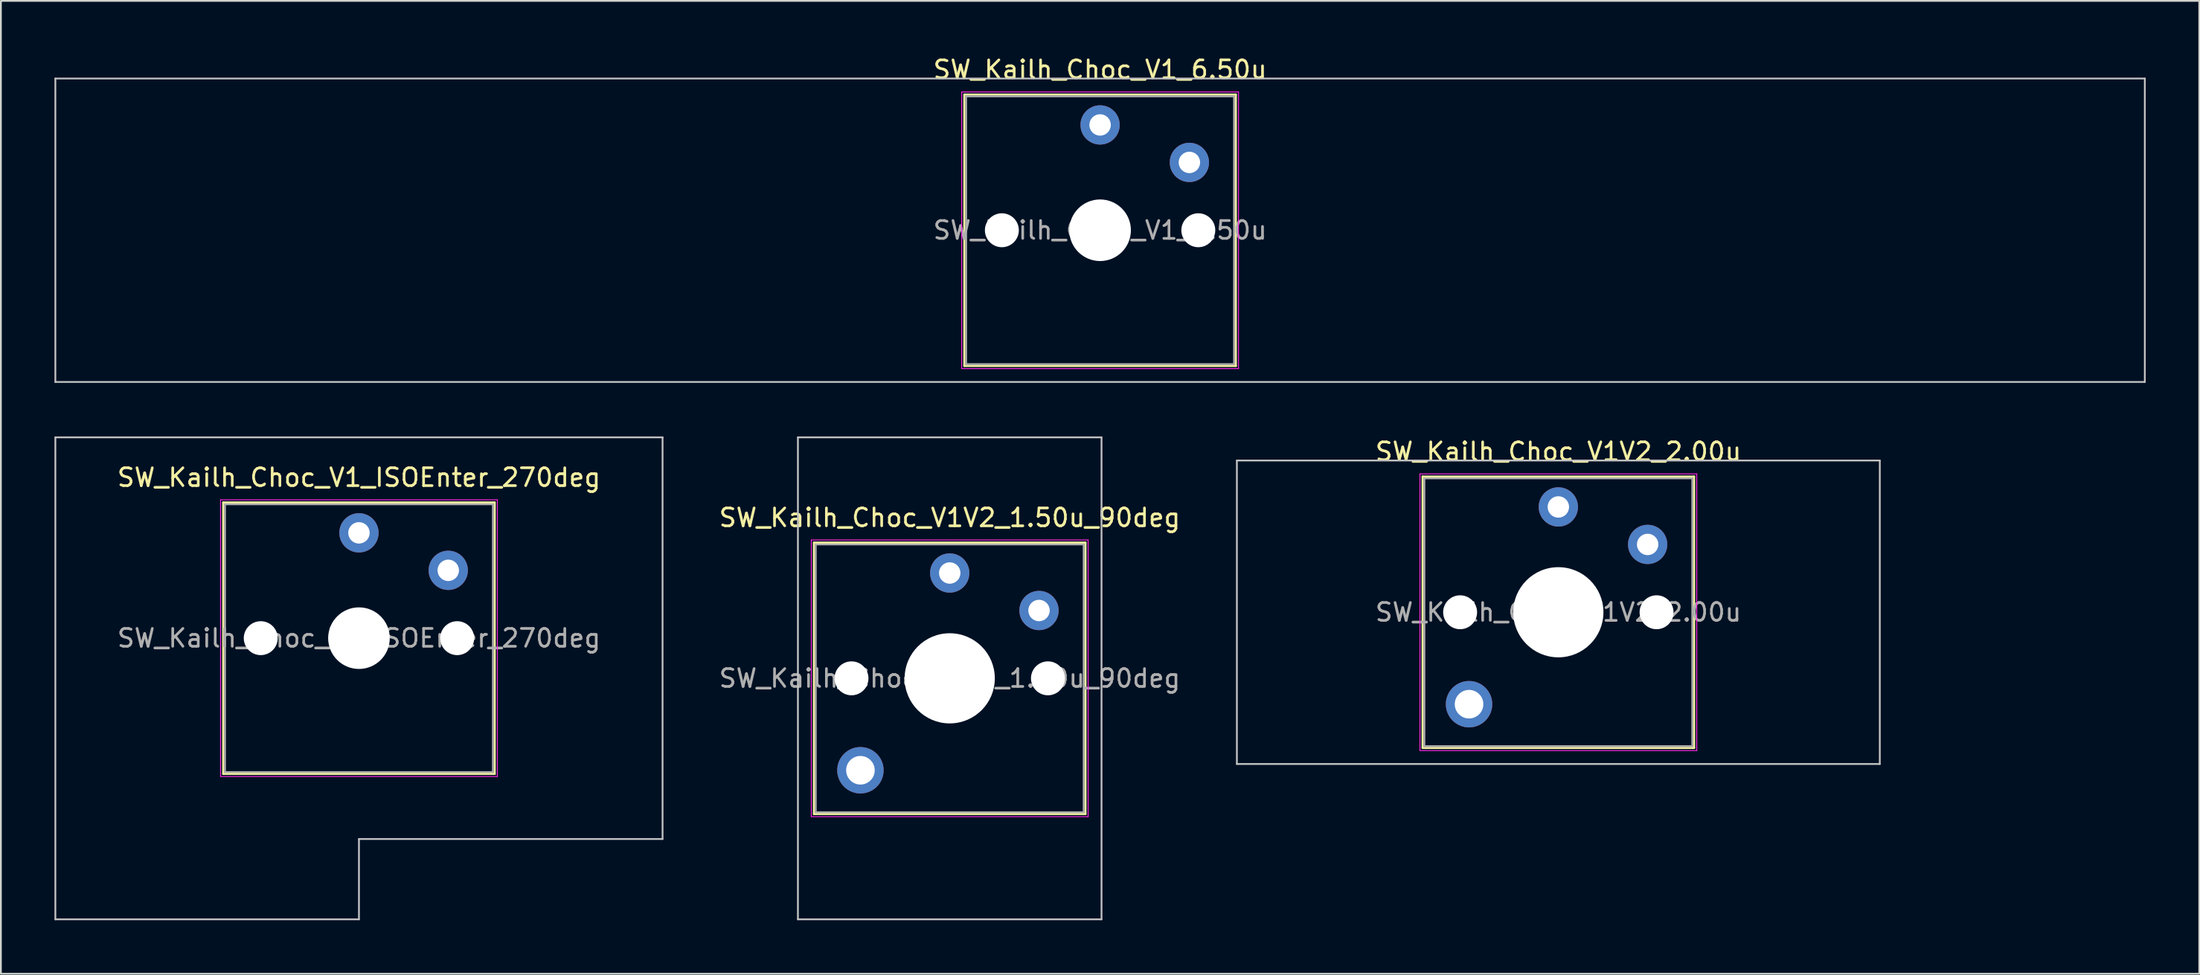
<source format=kicad_pcb>
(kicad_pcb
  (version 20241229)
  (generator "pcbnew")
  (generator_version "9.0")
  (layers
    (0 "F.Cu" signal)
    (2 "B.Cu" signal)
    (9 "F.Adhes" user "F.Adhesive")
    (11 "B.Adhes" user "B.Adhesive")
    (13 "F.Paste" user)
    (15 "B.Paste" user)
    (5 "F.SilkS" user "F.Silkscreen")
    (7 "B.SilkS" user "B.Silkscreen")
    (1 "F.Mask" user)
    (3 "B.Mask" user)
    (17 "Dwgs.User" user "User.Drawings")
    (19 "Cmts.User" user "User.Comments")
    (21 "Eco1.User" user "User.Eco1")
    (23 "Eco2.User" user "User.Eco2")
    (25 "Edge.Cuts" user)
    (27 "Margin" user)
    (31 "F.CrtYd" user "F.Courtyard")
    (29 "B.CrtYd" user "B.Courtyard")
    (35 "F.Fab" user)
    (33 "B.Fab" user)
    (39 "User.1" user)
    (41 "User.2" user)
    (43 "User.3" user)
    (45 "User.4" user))
  (footprint "SW_Kailh_Choc_V1V2_1.50u_90deg"
    (layer "F.Cu")
    (at 50.13 34.948)
    (property "Reference" "SW_Kailh_Choc_V1V2_1.50u_90deg" (at 0 -9 0) (layer "F.SilkS") (effects (font (size 1 1) (thickness 0.15))))
    (attr through_hole)
    (fp_line (start -7.6 -7.6) (end -7.6 7.6) (stroke (width 0.12) (type solid)) (layer "F.SilkS"))
    (fp_line (start -7.6 7.6) (end 7.6 7.6) (stroke (width 0.12) (type solid)) (layer "F.SilkS"))
    (fp_line (start 7.6 -7.6) (end -7.6 -7.6) (stroke (width 0.12) (type solid)) (layer "F.SilkS"))
    (fp_line (start 7.6 7.6) (end 7.6 -7.6) (stroke (width 0.12) (type solid)) (layer "F.SilkS"))
    (fp_line (start -8.5 -13.5) (end 8.5 -13.5) (stroke (width 0.1) (type solid)) (layer "Dwgs.User"))
    (fp_line (start -8.5 13.5) (end -8.5 -13.5) (stroke (width 0.1) (type solid)) (layer "Dwgs.User"))
    (fp_line (start 8.5 -13.5) (end 8.5 13.5) (stroke (width 0.1) (type solid)) (layer "Dwgs.User"))
    (fp_line (start 8.5 13.5) (end -8.5 13.5) (stroke (width 0.1) (type solid)) (layer "Dwgs.User"))
    (fp_line (start -7.25 -7.25) (end -7.25 7.25) (stroke (width 0.1) (type solid)) (layer "Eco1.User"))
    (fp_line (start -7.25 7.25) (end 7.25 7.25) (stroke (width 0.1) (type solid)) (layer "Eco1.User"))
    (fp_line (start 7.25 -7.25) (end -7.25 -7.25) (stroke (width 0.1) (type solid)) (layer "Eco1.User"))
    (fp_line (start 7.25 7.25) (end 7.25 -7.25) (stroke (width 0.1) (type solid)) (layer "Eco1.User"))
    (fp_line (start -7.75 -7.75) (end -7.75 7.75) (stroke (width 0.05) (type solid)) (layer "F.CrtYd"))
    (fp_line (start -7.75 7.75) (end 7.75 7.75) (stroke (width 0.05) (type solid)) (layer "F.CrtYd"))
    (fp_line (start 7.75 -7.75) (end -7.75 -7.75) (stroke (width 0.05) (type solid)) (layer "F.CrtYd"))
    (fp_line (start 7.75 7.75) (end 7.75 -7.75) (stroke (width 0.05) (type solid)) (layer "F.CrtYd"))
    (fp_line (start -7.5 -7.5) (end -7.5 7.5) (stroke (width 0.1) (type solid)) (layer "F.Fab"))
    (fp_line (start -7.5 7.5) (end 7.5 7.5) (stroke (width 0.1) (type solid)) (layer "F.Fab"))
    (fp_line (start 7.5 -7.5) (end -7.5 -7.5) (stroke (width 0.1) (type solid)) (layer "F.Fab"))
    (fp_line (start 7.5 7.5) (end 7.5 -7.5) (stroke (width 0.1) (type solid)) (layer "F.Fab"))
    (fp_text user "${REFERENCE}" (at 0 0 0) (layer "F.Fab") (effects (font (size 1 1) (thickness 0.15))))
    (pad "" np_thru_hole circle (at -5.5 0) (size 1.9 1.9) (drill 1.9) (layers "*.Cu" "*.Mask"))
    (pad "" smd circle (at -5 5.15) (size 1.65 1.65) (layers "F.Mask"))
    (pad "" thru_hole circle (at -5 5.15) (size 2.6 2.6) (drill 1.6) (layers "*.Cu" "B.Mask"))
    (pad "" smd circle (at 0 -5.9) (size 1.25 1.25) (layers "F.Mask"))
    (pad "" np_thru_hole circle (at 0 0) (size 5.05 5.05) (drill 5.05) (layers "*.Cu" "*.Mask"))
    (pad "" smd circle (at 5 -3.8) (size 1.25 1.25) (layers "F.Mask"))
    (pad "" np_thru_hole circle (at 5.5 0) (size 1.9 1.9) (drill 1.9) (layers "*.Cu" "*.Mask"))
    (pad "1" thru_hole circle (at 0 -5.9) (size 2.2 2.2) (drill 1.2) (layers "*.Cu" "B.Mask"))
    (pad "2" thru_hole circle (at 5 -3.8) (size 2.2 2.2) (drill 1.2) (layers "*.Cu" "B.Mask")))
  (footprint "SW_Kailh_Choc_V1_ISOEnter_270deg"
    (layer "F.Cu")
    (at 17.05 32.698)
    (property "Reference" "SW_Kailh_Choc_V1_ISOEnter_270deg" (at 0 -9 0) (layer "F.SilkS") (effects (font (size 1 1) (thickness 0.15))))
    (attr through_hole)
    (fp_line (start -7.6 -7.6) (end -7.6 7.6) (stroke (width 0.12) (type solid)) (layer "F.SilkS"))
    (fp_line (start -7.6 7.6) (end 7.6 7.6) (stroke (width 0.12) (type solid)) (layer "F.SilkS"))
    (fp_line (start 7.6 -7.6) (end -7.6 -7.6) (stroke (width 0.12) (type solid)) (layer "F.SilkS"))
    (fp_line (start 7.6 7.6) (end 7.6 -7.6) (stroke (width 0.12) (type solid)) (layer "F.SilkS"))
    (fp_line (start -17 -11.25) (end -17 15.75) (stroke (width 0.1) (type solid)) (layer "Dwgs.User"))
    (fp_line (start -17 15.75) (end 0 15.75) (stroke (width 0.1) (type solid)) (layer "Dwgs.User"))
    (fp_line (start 0 11.25) (end 17 11.25) (stroke (width 0.1) (type solid)) (layer "Dwgs.User"))
    (fp_line (start 0 15.75) (end 0 11.25) (stroke (width 0.1) (type solid)) (layer "Dwgs.User"))
    (fp_line (start 17 -11.25) (end -17 -11.25) (stroke (width 0.1) (type solid)) (layer "Dwgs.User"))
    (fp_line (start 17 11.25) (end 17 -11.25) (stroke (width 0.1) (type solid)) (layer "Dwgs.User"))
    (fp_line (start -7.25 -7.25) (end -7.25 7.25) (stroke (width 0.1) (type solid)) (layer "Eco1.User"))
    (fp_line (start -7.25 7.25) (end 7.25 7.25) (stroke (width 0.1) (type solid)) (layer "Eco1.User"))
    (fp_line (start 7.25 -7.25) (end -7.25 -7.25) (stroke (width 0.1) (type solid)) (layer "Eco1.User"))
    (fp_line (start 7.25 7.25) (end 7.25 -7.25) (stroke (width 0.1) (type solid)) (layer "Eco1.User"))
    (fp_line (start -7.75 -7.75) (end -7.75 7.75) (stroke (width 0.05) (type solid)) (layer "F.CrtYd"))
    (fp_line (start -7.75 7.75) (end 7.75 7.75) (stroke (width 0.05) (type solid)) (layer "F.CrtYd"))
    (fp_line (start 7.75 -7.75) (end -7.75 -7.75) (stroke (width 0.05) (type solid)) (layer "F.CrtYd"))
    (fp_line (start 7.75 7.75) (end 7.75 -7.75) (stroke (width 0.05) (type solid)) (layer "F.CrtYd"))
    (fp_line (start -7.5 -7.5) (end -7.5 7.5) (stroke (width 0.1) (type solid)) (layer "F.Fab"))
    (fp_line (start -7.5 7.5) (end 7.5 7.5) (stroke (width 0.1) (type solid)) (layer "F.Fab"))
    (fp_line (start 7.5 -7.5) (end -7.5 -7.5) (stroke (width 0.1) (type solid)) (layer "F.Fab"))
    (fp_line (start 7.5 7.5) (end 7.5 -7.5) (stroke (width 0.1) (type solid)) (layer "F.Fab"))
    (fp_text user "${REFERENCE}" (at 0 0 0) (layer "F.Fab") (effects (font (size 1 1) (thickness 0.15))))
    (pad "" np_thru_hole circle (at -5.5 0) (size 1.9 1.9) (drill 1.9) (layers "*.Cu" "*.Mask"))
    (pad "" smd circle (at 0 -5.9) (size 1.25 1.25) (layers "F.Mask"))
    (pad "" np_thru_hole circle (at 0 0) (size 3.45 3.45) (drill 3.45) (layers "*.Cu" "*.Mask"))
    (pad "" smd circle (at 5 -3.8) (size 1.25 1.25) (layers "F.Mask"))
    (pad "" np_thru_hole circle (at 5.5 0) (size 1.9 1.9) (drill 1.9) (layers "*.Cu" "*.Mask"))
    (pad "1" thru_hole circle (at 0 -5.9) (size 2.2 2.2) (drill 1.2) (layers "*.Cu" "B.Mask"))
    (pad "2" thru_hole circle (at 5 -3.8) (size 2.2 2.2) (drill 1.2) (layers "*.Cu" "B.Mask")))
  (footprint "SW_Kailh_Choc_V1_6.50u"
    (layer "F.Cu")
    (at 58.55 9.848)
    (property "Reference" "SW_Kailh_Choc_V1_6.50u" (at 0 -9 0) (layer "F.SilkS") (effects (font (size 1 1) (thickness 0.15))))
    (attr through_hole)
    (fp_line (start -7.6 -7.6) (end -7.6 7.6) (stroke (width 0.12) (type solid)) (layer "F.SilkS"))
    (fp_line (start -7.6 7.6) (end 7.6 7.6) (stroke (width 0.12) (type solid)) (layer "F.SilkS"))
    (fp_line (start 7.6 -7.6) (end -7.6 -7.6) (stroke (width 0.12) (type solid)) (layer "F.SilkS"))
    (fp_line (start 7.6 7.6) (end 7.6 -7.6) (stroke (width 0.12) (type solid)) (layer "F.SilkS"))
    (fp_line (start -58.5 -8.5) (end -58.5 8.5) (stroke (width 0.1) (type solid)) (layer "Dwgs.User"))
    (fp_line (start -58.5 8.5) (end 58.5 8.5) (stroke (width 0.1) (type solid)) (layer "Dwgs.User"))
    (fp_line (start 58.5 -8.5) (end -58.5 -8.5) (stroke (width 0.1) (type solid)) (layer "Dwgs.User"))
    (fp_line (start 58.5 8.5) (end 58.5 -8.5) (stroke (width 0.1) (type solid)) (layer "Dwgs.User"))
    (fp_line (start -7.25 -7.25) (end -7.25 7.25) (stroke (width 0.1) (type solid)) (layer "Eco1.User"))
    (fp_line (start -7.25 7.25) (end 7.25 7.25) (stroke (width 0.1) (type solid)) (layer "Eco1.User"))
    (fp_line (start 7.25 -7.25) (end -7.25 -7.25) (stroke (width 0.1) (type solid)) (layer "Eco1.User"))
    (fp_line (start 7.25 7.25) (end 7.25 -7.25) (stroke (width 0.1) (type solid)) (layer "Eco1.User"))
    (fp_line (start -7.75 -7.75) (end -7.75 7.75) (stroke (width 0.05) (type solid)) (layer "F.CrtYd"))
    (fp_line (start -7.75 7.75) (end 7.75 7.75) (stroke (width 0.05) (type solid)) (layer "F.CrtYd"))
    (fp_line (start 7.75 -7.75) (end -7.75 -7.75) (stroke (width 0.05) (type solid)) (layer "F.CrtYd"))
    (fp_line (start 7.75 7.75) (end 7.75 -7.75) (stroke (width 0.05) (type solid)) (layer "F.CrtYd"))
    (fp_line (start -7.5 -7.5) (end -7.5 7.5) (stroke (width 0.1) (type solid)) (layer "F.Fab"))
    (fp_line (start -7.5 7.5) (end 7.5 7.5) (stroke (width 0.1) (type solid)) (layer "F.Fab"))
    (fp_line (start 7.5 -7.5) (end -7.5 -7.5) (stroke (width 0.1) (type solid)) (layer "F.Fab"))
    (fp_line (start 7.5 7.5) (end 7.5 -7.5) (stroke (width 0.1) (type solid)) (layer "F.Fab"))
    (fp_text user "${REFERENCE}" (at 0 0 0) (layer "F.Fab") (effects (font (size 1 1) (thickness 0.15))))
    (pad "" np_thru_hole circle (at -5.5 0) (size 1.9 1.9) (drill 1.9) (layers "*.Cu" "*.Mask"))
    (pad "" smd circle (at 0 -5.9) (size 1.25 1.25) (layers "F.Mask"))
    (pad "" np_thru_hole circle (at 0 0) (size 3.45 3.45) (drill 3.45) (layers "*.Cu" "*.Mask"))
    (pad "" smd circle (at 5 -3.8) (size 1.25 1.25) (layers "F.Mask"))
    (pad "" np_thru_hole circle (at 5.5 0) (size 1.9 1.9) (drill 1.9) (layers "*.Cu" "*.Mask"))
    (pad "1" thru_hole circle (at 0 -5.9) (size 2.2 2.2) (drill 1.2) (layers "*.Cu" "B.Mask"))
    (pad "2" thru_hole circle (at 5 -3.8) (size 2.2 2.2) (drill 1.2) (layers "*.Cu" "B.Mask")))
  (footprint "SW_Kailh_Choc_V1V2_2.00u"
    (layer "F.Cu")
    (at 84.21 31.247)
    (property "Reference" "SW_Kailh_Choc_V1V2_2.00u" (at 0 -9 0) (layer "F.SilkS") (effects (font (size 1 1) (thickness 0.15))))
    (attr through_hole)
    (fp_line (start -7.6 -7.6) (end -7.6 7.6) (stroke (width 0.12) (type solid)) (layer "F.SilkS"))
    (fp_line (start -7.6 7.6) (end 7.6 7.6) (stroke (width 0.12) (type solid)) (layer "F.SilkS"))
    (fp_line (start 7.6 -7.6) (end -7.6 -7.6) (stroke (width 0.12) (type solid)) (layer "F.SilkS"))
    (fp_line (start 7.6 7.6) (end 7.6 -7.6) (stroke (width 0.12) (type solid)) (layer "F.SilkS"))
    (fp_line (start -18 -8.5) (end -18 8.5) (stroke (width 0.1) (type solid)) (layer "Dwgs.User"))
    (fp_line (start -18 8.5) (end 18 8.5) (stroke (width 0.1) (type solid)) (layer "Dwgs.User"))
    (fp_line (start 18 -8.5) (end -18 -8.5) (stroke (width 0.1) (type solid)) (layer "Dwgs.User"))
    (fp_line (start 18 8.5) (end 18 -8.5) (stroke (width 0.1) (type solid)) (layer "Dwgs.User"))
    (fp_line (start -7.25 -7.25) (end -7.25 7.25) (stroke (width 0.1) (type solid)) (layer "Eco1.User"))
    (fp_line (start -7.25 7.25) (end 7.25 7.25) (stroke (width 0.1) (type solid)) (layer "Eco1.User"))
    (fp_line (start 7.25 -7.25) (end -7.25 -7.25) (stroke (width 0.1) (type solid)) (layer "Eco1.User"))
    (fp_line (start 7.25 7.25) (end 7.25 -7.25) (stroke (width 0.1) (type solid)) (layer "Eco1.User"))
    (fp_line (start -7.75 -7.75) (end -7.75 7.75) (stroke (width 0.05) (type solid)) (layer "F.CrtYd"))
    (fp_line (start -7.75 7.75) (end 7.75 7.75) (stroke (width 0.05) (type solid)) (layer "F.CrtYd"))
    (fp_line (start 7.75 -7.75) (end -7.75 -7.75) (stroke (width 0.05) (type solid)) (layer "F.CrtYd"))
    (fp_line (start 7.75 7.75) (end 7.75 -7.75) (stroke (width 0.05) (type solid)) (layer "F.CrtYd"))
    (fp_line (start -7.5 -7.5) (end -7.5 7.5) (stroke (width 0.1) (type solid)) (layer "F.Fab"))
    (fp_line (start -7.5 7.5) (end 7.5 7.5) (stroke (width 0.1) (type solid)) (layer "F.Fab"))
    (fp_line (start 7.5 -7.5) (end -7.5 -7.5) (stroke (width 0.1) (type solid)) (layer "F.Fab"))
    (fp_line (start 7.5 7.5) (end 7.5 -7.5) (stroke (width 0.1) (type solid)) (layer "F.Fab"))
    (fp_text user "${REFERENCE}" (at 0 0 0) (layer "F.Fab") (effects (font (size 1 1) (thickness 0.15))))
    (pad "" np_thru_hole circle (at -5.5 0) (size 1.9 1.9) (drill 1.9) (layers "*.Cu" "*.Mask"))
    (pad "" smd circle (at -5 5.15) (size 1.65 1.65) (layers "F.Mask"))
    (pad "" thru_hole circle (at -5 5.15) (size 2.6 2.6) (drill 1.6) (layers "*.Cu" "B.Mask"))
    (pad "" smd circle (at 0 -5.9) (size 1.25 1.25) (layers "F.Mask"))
    (pad "" np_thru_hole circle (at 0 0) (size 5.05 5.05) (drill 5.05) (layers "*.Cu" "*.Mask"))
    (pad "" smd circle (at 5 -3.8) (size 1.25 1.25) (layers "F.Mask"))
    (pad "" np_thru_hole circle (at 5.5 0) (size 1.9 1.9) (drill 1.9) (layers "*.Cu" "*.Mask"))
    (pad "1" thru_hole circle (at 0 -5.9) (size 2.2 2.2) (drill 1.2) (layers "*.Cu" "B.Mask"))
    (pad "2" thru_hole circle (at 5 -3.8) (size 2.2 2.2) (drill 1.2) (layers "*.Cu" "B.Mask")))
  (gr_rect
    (start -3 -3)
    (end 120.1 51.498)
    (stroke (width 0.1) (type default))
    (fill no)
    (layer "Edge.Cuts")))
</source>
